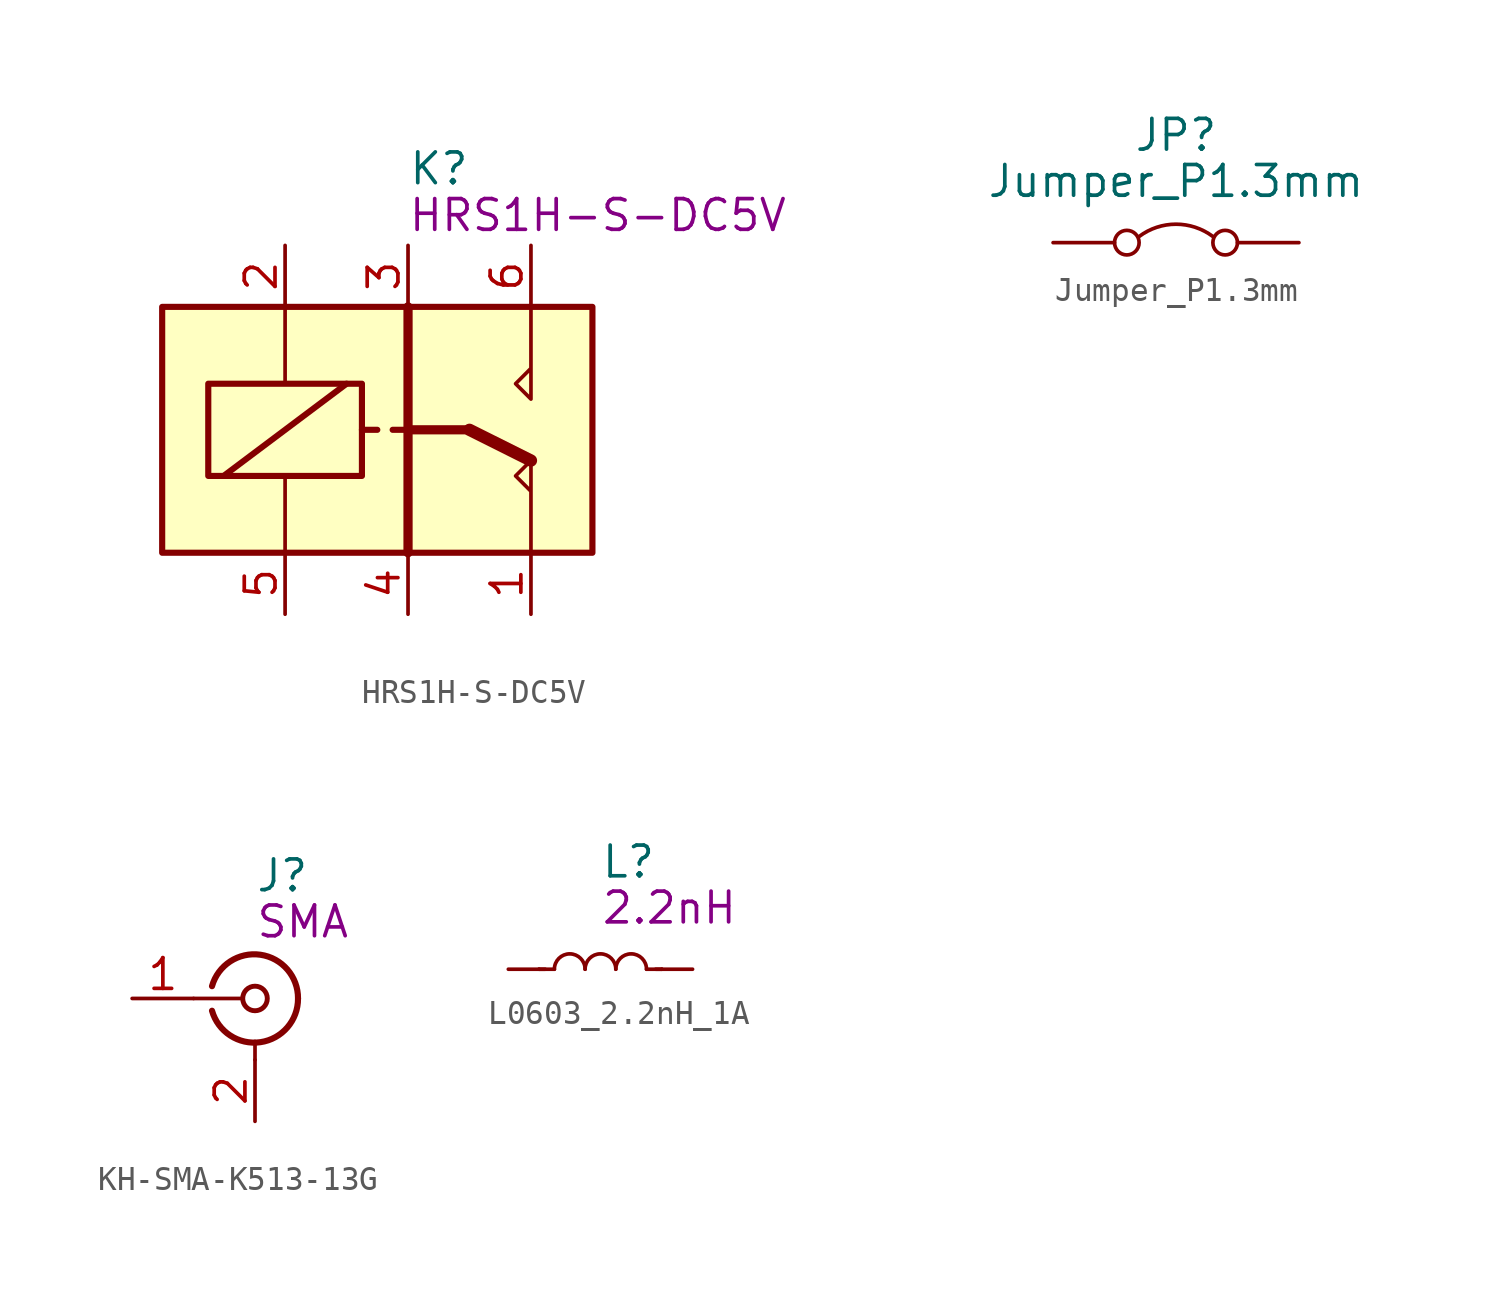
<source format=kicad_sym>
(kicad_symbol_lib
  (version 20211014)
  (generator kicad_symbol_editor)
  (symbol "HRS1H-S-DC5V"
    (pin_names
      (offset 1.016))
    (property "Reference" "K"
      (at 0 10.795 0)
      (effects (font (size 1.27 1.27)) (justify left)))
    (property "Symbol" "HRS1H-S-DC5V"
      (at -0.025 8.865 0)
      (effects (font (size 1.27 1.27)) (justify left)))
    (symbol "HRS1H-S-DC5V_0_0"
      (polyline (pts (xy 5.08 -5.08) (xy 5.08 -1.27) (xy 4.445 -1.905) (xy 5.08 -2.54)) (stroke (width 0) (type default) (color 0 0 0 0)) (fill (type none)))
      (polyline (pts (xy 5.08 5.08) (xy 5.08 1.27) (xy 4.445 1.905) (xy 5.08 2.54)) (stroke (width 0) (type default) (color 0 0 0 0)) (fill (type none))))
    (symbol "HRS1H-S-DC5V_0_1"
      (rectangle (start -10.16 5.08) (end 7.62 -5.08) (stroke (width 0.254) (type default) (color 0 0 0 0)) (fill (type background)))
      (rectangle (start -8.255 1.905) (end -1.905 -1.905) (stroke (width 0.254) (type default) (color 0 0 0 0)) (fill (type none)))
      (polyline (pts (xy -7.62 -1.905) (xy -2.54 1.905)) (stroke (width 0.254) (type default) (color 0 0 0 0)) (fill (type none)))
      (polyline (pts (xy -5.08 -5.08) (xy -5.08 -1.905)) (stroke (width 0) (type default) (color 0 0 0 0)) (fill (type none)))
      (polyline (pts (xy -5.08 5.08) (xy -5.08 1.905)) (stroke (width 0) (type default) (color 0 0 0 0)) (fill (type none)))
      (polyline (pts (xy -1.905 0) (xy -1.27 0)) (stroke (width 0.254) (type default) (color 0 0 0 0)) (fill (type none)))
      (polyline (pts (xy -0.635 0) (xy 0 0)) (stroke (width 0.254) (type default) (color 0 0 0 0)) (fill (type none)))
      (polyline (pts (xy 0 5.08) (xy 0 -5.08)) (stroke (width 0.381) (type default) (color 0 0 0 0)) (fill (type none)))
      (polyline (pts (xy 2.54 0) (xy 0 0)) (stroke (width 0.381) (type default) (color 0 0 0 0)) (fill (type none)))
      (polyline (pts (xy 5.08 -1.27) (xy 2.54 0)) (stroke (width 0.508) (type default) (color 0 0 0 0)) (fill (type none))))
    (symbol "HRS1H-S-DC5V_1_1"
      (pin passive line (at 5.08 -7.62 90) (length 2.54) (name "~" (effects (font (size 1.27 1.27)))) (number "1" (effects (font (size 1.27 1.27)))))
      (pin passive line (at -5.08 7.62 270) (length 2.54) (name "~" (effects (font (size 1.27 1.27)))) (number "2" (effects (font (size 1.27 1.27)))))
      (pin passive line (at 0 7.62 270) (length 2.54) (name "~" (effects (font (size 1.27 1.27)))) (number "3" (effects (font (size 1.27 1.27)))))
      (pin passive line (at 0 -7.62 90) (length 2.54) (name "~" (effects (font (size 1.27 1.27)))) (number "4" (effects (font (size 1.27 1.27)))))
      (pin passive line (at -5.08 -7.62 90) (length 2.54) (name "~" (effects (font (size 1.27 1.27)))) (number "5" (effects (font (size 1.27 1.27)))))
      (pin passive line (at 5.08 7.62 270) (length 2.54) (name "~" (effects (font (size 1.27 1.27)))) (number "6" (effects (font (size 1.27 1.27)))))))
  (symbol "Jumper_P1.3mm"
    (pin_numbers hide)
    (pin_names
      (offset 1.016))
    (property "Reference" "JP"
      (at 0 6.985 0)
      (effects (font (size 1.27 1.27))))
    (property "Value" "Jumper_P1.3mm"
      (at 0 5.08 0)
      (effects (font (size 1.27 1.27))))
    (symbol "Jumper_P1.3mm_0_0"
      (circle (center -2.032 2.54) (radius 0.508) (stroke (width 0) (type default) (color 0 0 0 0)) (fill (type none)))
      (circle (center 2.032 2.54) (radius 0.508) (stroke (width 0) (type default) (color 0 0 0 0)) (fill (type none))))
    (symbol "Jumper_P1.3mm_0_1"
      (arc (start 1.524 2.794) (mid 0 3.302) (end -1.524 2.794) (stroke (width 0) (type default) (color 0 0 0 0)) (fill (type none))))
    (symbol "Jumper_P1.3mm_1_1"
      (pin passive line (at -5.08 2.54 0) (length 2.54) (name "~" (effects (font (size 1.27 1.27)))) (number "1" (effects (font (size 1.27 1.27)))))
      (pin passive line (at 5.08 2.54 180) (length 2.54) (name "~" (effects (font (size 1.27 1.27)))) (number "2" (effects (font (size 1.27 1.27)))))))
  (symbol "KH-SMA-K513-13G"
    (pin_names
      (offset 1.016) hide)
    (property "Reference" "J"
      (at 0 5.08 0)
      (effects (font (size 1.27 1.27)) (justify left)))
    (property "Symbol" "SMA"
      (at 0 3.175 0)
      (effects (font (size 1.27 1.27)) (justify left)))
    (symbol "KH-SMA-K513-13G_0_1"
      (arc (start -1.778 -0.508) (mid 0.222 -1.808) (end 1.778 0) (stroke (width 0.254) (type default) (color 0 0 0 0)) (fill (type none)))
      (polyline (pts (xy -2.54 0) (xy -0.508 0)) (stroke (width 0) (type default) (color 0 0 0 0)) (fill (type none)))
      (polyline (pts (xy 0 -2.54) (xy 0 -1.778)) (stroke (width 0) (type default) (color 0 0 0 0)) (fill (type none)))
      (circle (center 0 0) (radius 0.508) (stroke (width 0.203) (type default) (color 0 0 0 0)) (fill (type none)))
      (arc (start 1.778 0) (mid 0.222 1.8083) (end -1.778 0.508) (stroke (width 0.254) (type default) (color 0 0 0 0)) (fill (type none))))
    (symbol "KH-SMA-K513-13G_1_1"
      (pin passive line (at -5.08 0 0) (length 2.54) (name "In" (effects (font (size 1.27 1.27)))) (number "1" (effects (font (size 1.27 1.27)))))
      (pin passive line (at 0 -5.08 90) (length 2.54) (name "Ext" (effects (font (size 1.27 1.27)))) (number "2" (effects (font (size 1.27 1.27)))))))
  (symbol "L0603_2.2nH_1A"
    (pin_numbers hide)
    (pin_names
      (offset 1.016) hide)
    (property "Reference" "L"
      (at 0 4.445 0)
      (effects (font (size 1.27 1.27)) (justify left)))
    (property "Symbol" "2.2nH"
      (at 0 2.54 0)
      (effects (font (size 1.27 1.27)) (justify left)))
    (symbol "L0603_2.2nH_1A_1_1"
      (arc (start -0.635 0) (mid -1.27 0.635) (end -1.905 0) (stroke (width 0) (type default) (color 0 0 0 0)) (fill (type none)))
      (polyline (pts (xy -2.286 0) (xy -2.54 0)) (stroke (width 0) (type default) (color 0 0 0 0)) (fill (type none)))
      (polyline (pts (xy -1.905 0) (xy -2.54 0)) (stroke (width 0) (type default) (color 0 0 0 0)) (fill (type none)))
      (polyline (pts (xy 1.905 0) (xy 2.54 0)) (stroke (width 0) (type default) (color 0 0 0 0)) (fill (type none)))
      (polyline (pts (xy 2.286 0) (xy 2.54 0)) (stroke (width 0) (type default) (color 0 0 0 0)) (fill (type none)))
      (arc (start 0.635 0) (mid 0 0.635) (end -0.635 0) (stroke (width 0) (type default) (color 0 0 0 0)) (fill (type none)))
      (arc (start 1.905 0) (mid 1.27 0.635) (end 0.635 0) (stroke (width 0) (type default) (color 0 0 0 0)) (fill (type none)))
      (pin passive line (at -3.81 0 0) (length 1.27) (name "~" (effects (font (size 1.27 1.27)))) (number "1" (effects (font (size 1.27 1.27)))))
      (pin passive line (at 3.81 0 180) (length 1.27) (name "~" (effects (font (size 1.27 1.27)))) (number "2" (effects (font (size 1.27 1.27))))))))
</source>
